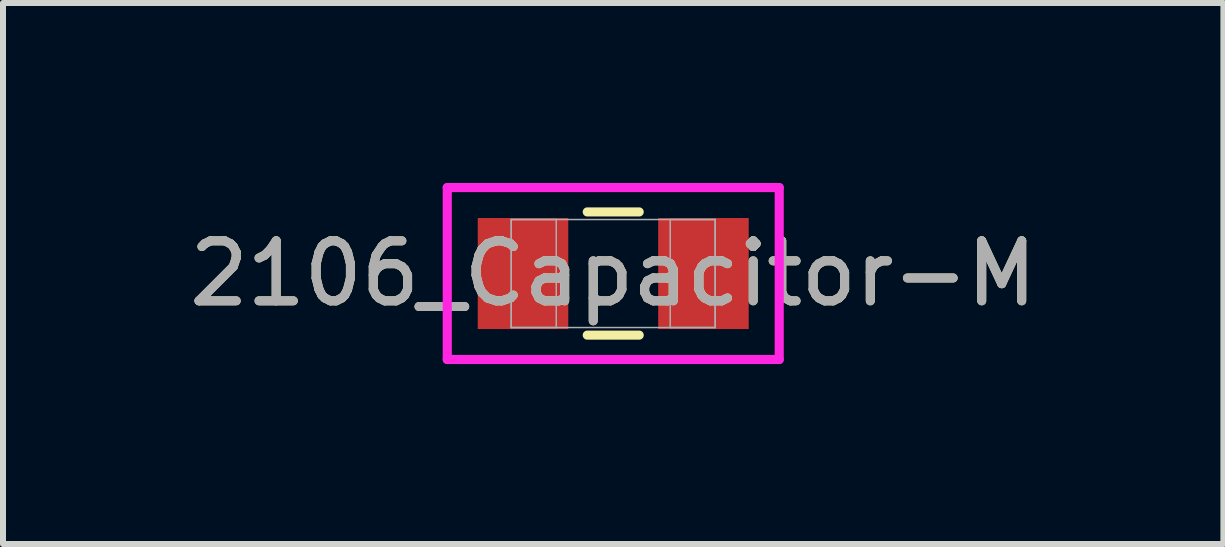
<source format=kicad_pcb>
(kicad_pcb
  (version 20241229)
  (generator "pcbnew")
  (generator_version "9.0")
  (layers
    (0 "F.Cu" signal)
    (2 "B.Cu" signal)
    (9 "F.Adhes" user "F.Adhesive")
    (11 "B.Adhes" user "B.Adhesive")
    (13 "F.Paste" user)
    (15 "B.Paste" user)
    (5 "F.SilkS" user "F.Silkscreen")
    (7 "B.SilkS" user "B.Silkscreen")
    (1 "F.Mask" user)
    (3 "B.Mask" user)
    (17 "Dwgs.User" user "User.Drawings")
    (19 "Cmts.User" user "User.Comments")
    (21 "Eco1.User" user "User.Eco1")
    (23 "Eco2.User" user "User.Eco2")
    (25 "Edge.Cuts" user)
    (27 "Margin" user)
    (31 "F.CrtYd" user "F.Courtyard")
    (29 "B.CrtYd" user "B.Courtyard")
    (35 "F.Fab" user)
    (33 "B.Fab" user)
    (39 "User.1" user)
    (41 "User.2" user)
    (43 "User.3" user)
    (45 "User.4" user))
  (footprint "2106_Capacitor-M"
    (layer "F.Cu")
    (at 7.173 1.51)
    (property "Reference" "2106_Capacitor-M" (at 0 0 0) (unlocked yes) (layer "F.SilkS") (effects (font (size 1 1) (thickness 0.15))))
    (attr smd)
    (fp_line (start -0.433 1.027) (end 0.433 1.027) (stroke (width 0.152) (type solid)) (layer "F.SilkS"))
    (fp_line (start 0.433 -1.027) (end -0.433 -1.027) (stroke (width 0.152) (type solid)) (layer "F.SilkS"))
    (fp_line (start -2.767 -1.433) (end 2.767 -1.433) (stroke (width 0.152) (type solid)) (layer "F.CrtYd"))
    (fp_line (start -2.767 1.433) (end -2.767 -1.433) (stroke (width 0.152) (type solid)) (layer "F.CrtYd"))
    (fp_line (start 2.767 -1.433) (end 2.767 1.433) (stroke (width 0.152) (type solid)) (layer "F.CrtYd"))
    (fp_line (start 2.767 1.433) (end -2.767 1.433) (stroke (width 0.152) (type solid)) (layer "F.CrtYd"))
    (fp_line (start -1.7 -0.9) (end -1.7 0.9) (stroke (width 0.025) (type solid)) (layer "F.Fab"))
    (fp_line (start -1.7 -0.9) (end -1.7 0.9) (stroke (width 0.025) (type solid)) (layer "F.Fab"))
    (fp_line (start -1.7 0.9) (end -0.95 0.9) (stroke (width 0.025) (type solid)) (layer "F.Fab"))
    (fp_line (start -1.7 0.9) (end 1.7 0.9) (stroke (width 0.025) (type solid)) (layer "F.Fab"))
    (fp_line (start -0.95 -0.9) (end -1.7 -0.9) (stroke (width 0.025) (type solid)) (layer "F.Fab"))
    (fp_line (start -0.95 0.9) (end -0.95 -0.9) (stroke (width 0.025) (type solid)) (layer "F.Fab"))
    (fp_line (start 0.95 -0.9) (end 0.95 0.9) (stroke (width 0.025) (type solid)) (layer "F.Fab"))
    (fp_line (start 0.95 0.9) (end 1.7 0.9) (stroke (width 0.025) (type solid)) (layer "F.Fab"))
    (fp_line (start 1.7 -0.9) (end -1.7 -0.9) (stroke (width 0.025) (type solid)) (layer "F.Fab"))
    (fp_line (start 1.7 -0.9) (end 0.95 -0.9) (stroke (width 0.025) (type solid)) (layer "F.Fab"))
    (fp_line (start 1.7 0.9) (end 1.7 -0.9) (stroke (width 0.025) (type solid)) (layer "F.Fab"))
    (fp_line (start 1.7 0.9) (end 1.7 -0.9) (stroke (width 0.025) (type solid)) (layer "F.Fab"))
    (fp_text user "${REFERENCE}" (at 0 0 0) (unlocked yes) (layer "F.Fab") (effects (font (size 1 1) (thickness 0.15))))
    (pad "1" smd rect (at -1.504 0) (size 1.509 1.851) (layers "F.Cu" "F.Mask" "F.Paste"))
    (pad "2" smd rect (at 1.504 0) (size 1.509 1.851) (layers "F.Cu" "F.Mask" "F.Paste"))
    (zone (net_name "") (layer "F.Cu") (hatch full 0.508) (connect_pads) (min_thickness 0.254) (filled_areas_thickness no) (keepout (tracks not_allowed) (vias not_allowed) (pads allowed) (copperpour not_allowed) (footprints allowed)) (placement (enabled no)) (fill) (polygon (pts (xy 6.473 0.66) (xy 7.872 0.66) (xy 7.872 2.359) (xy 6.473 2.359)))))
  (gr_rect
    (start -3 -3)
    (end 17.345 6.019)
    (stroke (width 0.1) (type default))
    (fill no)
    (layer "Edge.Cuts")))
</source>
